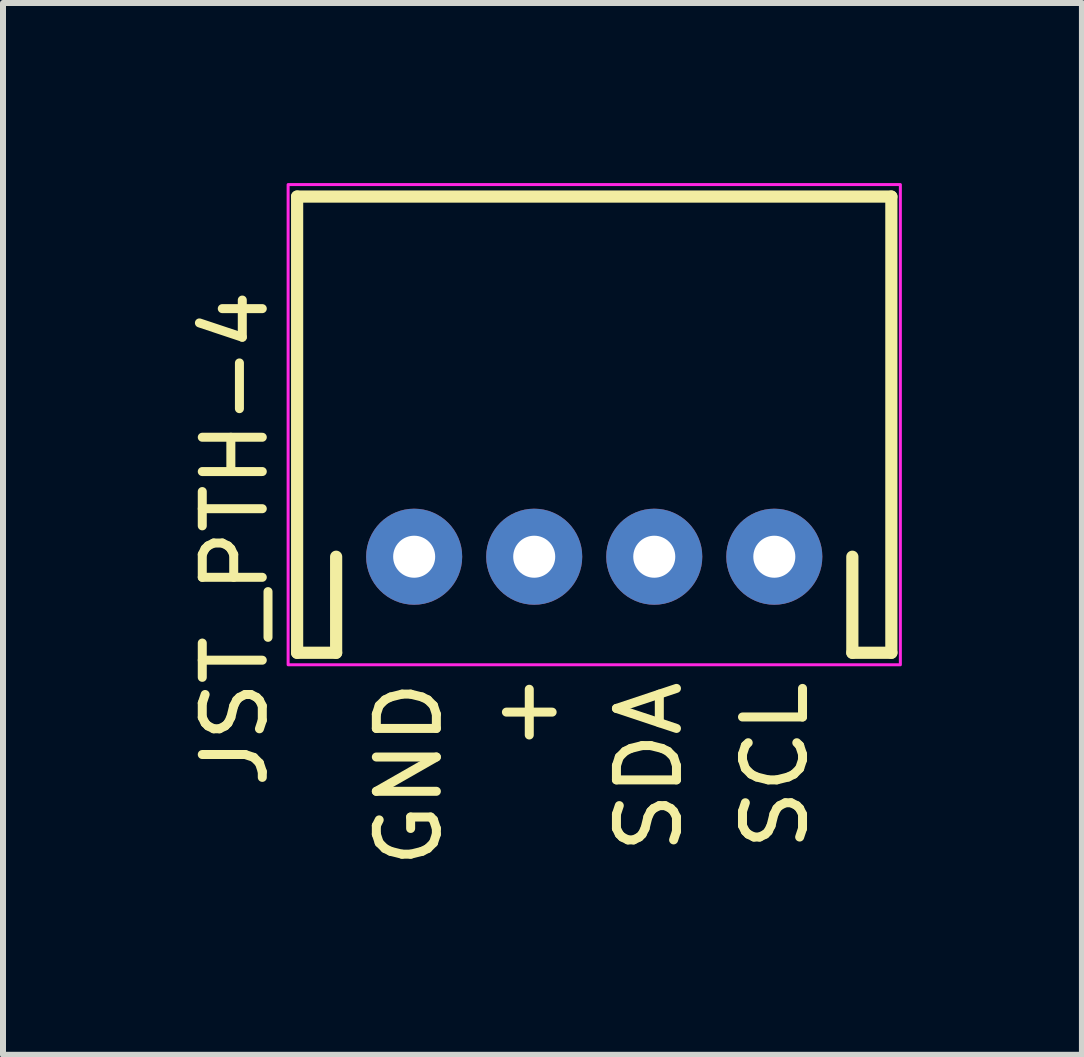
<source format=kicad_pcb>
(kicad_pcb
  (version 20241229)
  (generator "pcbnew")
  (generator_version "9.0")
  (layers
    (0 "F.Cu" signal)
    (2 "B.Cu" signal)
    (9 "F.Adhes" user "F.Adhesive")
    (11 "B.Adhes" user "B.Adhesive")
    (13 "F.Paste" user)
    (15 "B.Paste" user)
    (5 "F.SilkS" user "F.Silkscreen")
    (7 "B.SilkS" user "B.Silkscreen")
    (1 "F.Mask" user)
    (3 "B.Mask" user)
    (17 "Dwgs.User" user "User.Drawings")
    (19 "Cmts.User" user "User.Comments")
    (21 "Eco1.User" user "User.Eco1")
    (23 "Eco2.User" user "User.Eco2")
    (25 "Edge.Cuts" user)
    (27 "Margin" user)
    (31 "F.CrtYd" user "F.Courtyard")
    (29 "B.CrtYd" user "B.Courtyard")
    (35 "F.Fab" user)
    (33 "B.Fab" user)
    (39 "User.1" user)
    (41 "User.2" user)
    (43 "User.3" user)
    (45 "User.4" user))
  (footprint "JST_PTH-4"
    (layer "F.Cu")
    (at 6.85 6.225)
    (property "Reference" "JST_PTH-4" (at -5.4 -0.3 90) (layer "F.SilkS") (effects (font (size 1 1) (thickness 0.15)) (justify bottom)))
    (fp_line (start -4.95 -6) (end 4.95 -6) (stroke (width 0.203) (type solid)) (layer "F.SilkS"))
    (fp_line (start -4.95 1.6) (end -4.95 -6) (stroke (width 0.203) (type solid)) (layer "F.SilkS"))
    (fp_line (start -4.95 1.6) (end -4.3 1.6) (stroke (width 0.203) (type solid)) (layer "F.SilkS"))
    (fp_line (start -4.3 1.6) (end -4.3 0) (stroke (width 0.203) (type solid)) (layer "F.SilkS"))
    (fp_line (start 4.3 1.6) (end 4.3 0) (stroke (width 0.203) (type solid)) (layer "F.SilkS"))
    (fp_line (start 4.95 -6) (end 4.95 1.6) (stroke (width 0.203) (type solid)) (layer "F.SilkS"))
    (fp_line (start 4.95 1.6) (end 4.3 1.6) (stroke (width 0.203) (type solid)) (layer "F.SilkS"))
    (fp_rect (start 5.1 -6.2) (end -5.1 1.8) (stroke (width 0.05) (type default)) (fill no) (layer "F.CrtYd"))
    (fp_text user "+" (at -1.8 3.1 0) (layer "F.SilkS") (effects (font (size 1 1) (thickness 0.15)) (justify left bottom)))
    (fp_text user "GND" (at -2.5 2 90) (layer "F.SilkS") (effects (font (size 1 1) (thickness 0.15)) (justify right bottom)))
    (fp_text user "SCL" (at 3.6 2 90) (layer "F.SilkS") (effects (font (size 1 1) (thickness 0.15)) (justify right bottom)))
    (fp_text user "SDA" (at 1.5 2 90) (layer "F.SilkS") (effects (font (size 1 1) (thickness 0.15)) (justify right bottom)))
    (pad "1" thru_hole circle (at -3 0) (size 1.6 1.6) (drill 0.7) (layers "*.Cu" "*.Mask"))
    (pad "2" thru_hole circle (at -1 0) (size 1.6 1.6) (drill 0.7) (layers "*.Cu" "*.Mask"))
    (pad "3" thru_hole circle (at 1 0) (size 1.6 1.6) (drill 0.7) (layers "*.Cu" "*.Mask"))
    (pad "4" thru_hole circle (at 3 0) (size 1.6 1.6) (drill 0.7) (layers "*.Cu" "*.Mask")))
  (gr_rect
    (start -3 -3)
    (end 14.975 14.523)
    (stroke (width 0.1) (type default))
    (fill no)
    (layer "Edge.Cuts")))
</source>
